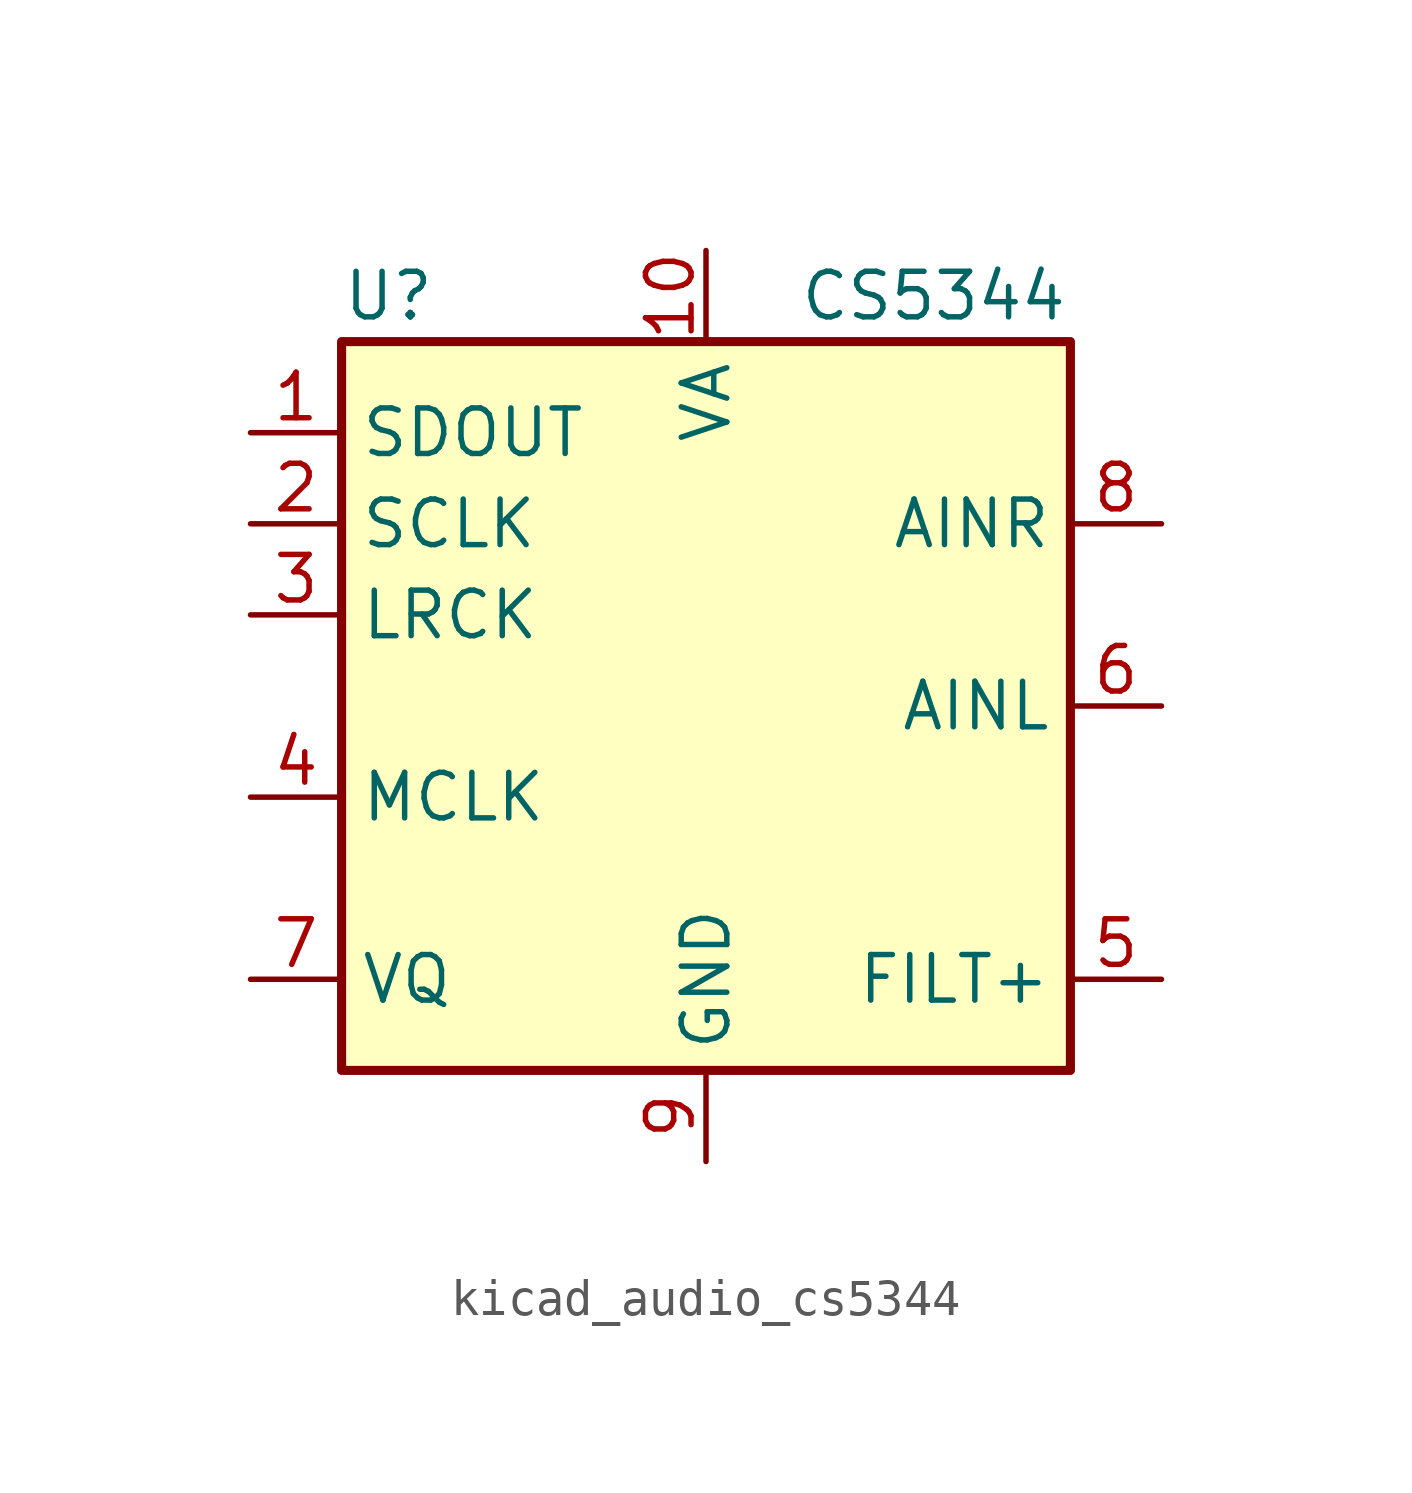
<source format=kicad_sym>
(kicad_symbol_lib
  (version 20220914)
  (generator kicad_symbol_editor)
  (symbol "kicad_audio_cs5344"
    (property "Reference" "U"
      (at -10.16 11.43 0)
      (effects (font (size 1.27 1.27)) (justify left)))
    (property "Value" "CS5344"
      (at 6.35 11.43 0)
      (effects (font (size 1.27 1.27))))
    (symbol "kicad_audio_cs5344_0_1"
      (rectangle (start -10.16 10.16) (end 10.16 -10.16) (stroke (width 0.254) (type default)) (fill (type background))))
    (symbol "kicad_audio_cs5344_1_1"
      (pin output line (at -12.7 7.62 0) (length 2.54) (name "SDOUT" (effects (font (size 1.27 1.27)))) (number "1" (effects (font (size 1.27 1.27)))))
      (pin power_in line (at 0 12.7 270) (length 2.54) (name "VA" (effects (font (size 1.27 1.27)))) (number "10" (effects (font (size 1.27 1.27)))))
      (pin bidirectional line (at -12.7 5.08 0) (length 2.54) (name "SCLK" (effects (font (size 1.27 1.27)))) (number "2" (effects (font (size 1.27 1.27)))))
      (pin bidirectional line (at -12.7 2.54 0) (length 2.54) (name "LRCK" (effects (font (size 1.27 1.27)))) (number "3" (effects (font (size 1.27 1.27)))))
      (pin input line (at -12.7 -2.54 0) (length 2.54) (name "MCLK" (effects (font (size 1.27 1.27)))) (number "4" (effects (font (size 1.27 1.27)))))
      (pin output line (at 12.7 -7.62 180) (length 2.54) (name "FILT+" (effects (font (size 1.27 1.27)))) (number "5" (effects (font (size 1.27 1.27)))))
      (pin input line (at 12.7 0 180) (length 2.54) (name "AINL" (effects (font (size 1.27 1.27)))) (number "6" (effects (font (size 1.27 1.27)))))
      (pin output line (at -12.7 -7.62 0) (length 2.54) (name "VQ" (effects (font (size 1.27 1.27)))) (number "7" (effects (font (size 1.27 1.27)))))
      (pin input line (at 12.7 5.08 180) (length 2.54) (name "AINR" (effects (font (size 1.27 1.27)))) (number "8" (effects (font (size 1.27 1.27)))))
      (pin power_in line (at 0 -12.7 90) (length 2.54) (name "GND" (effects (font (size 1.27 1.27)))) (number "9" (effects (font (size 1.27 1.27))))))))
</source>
